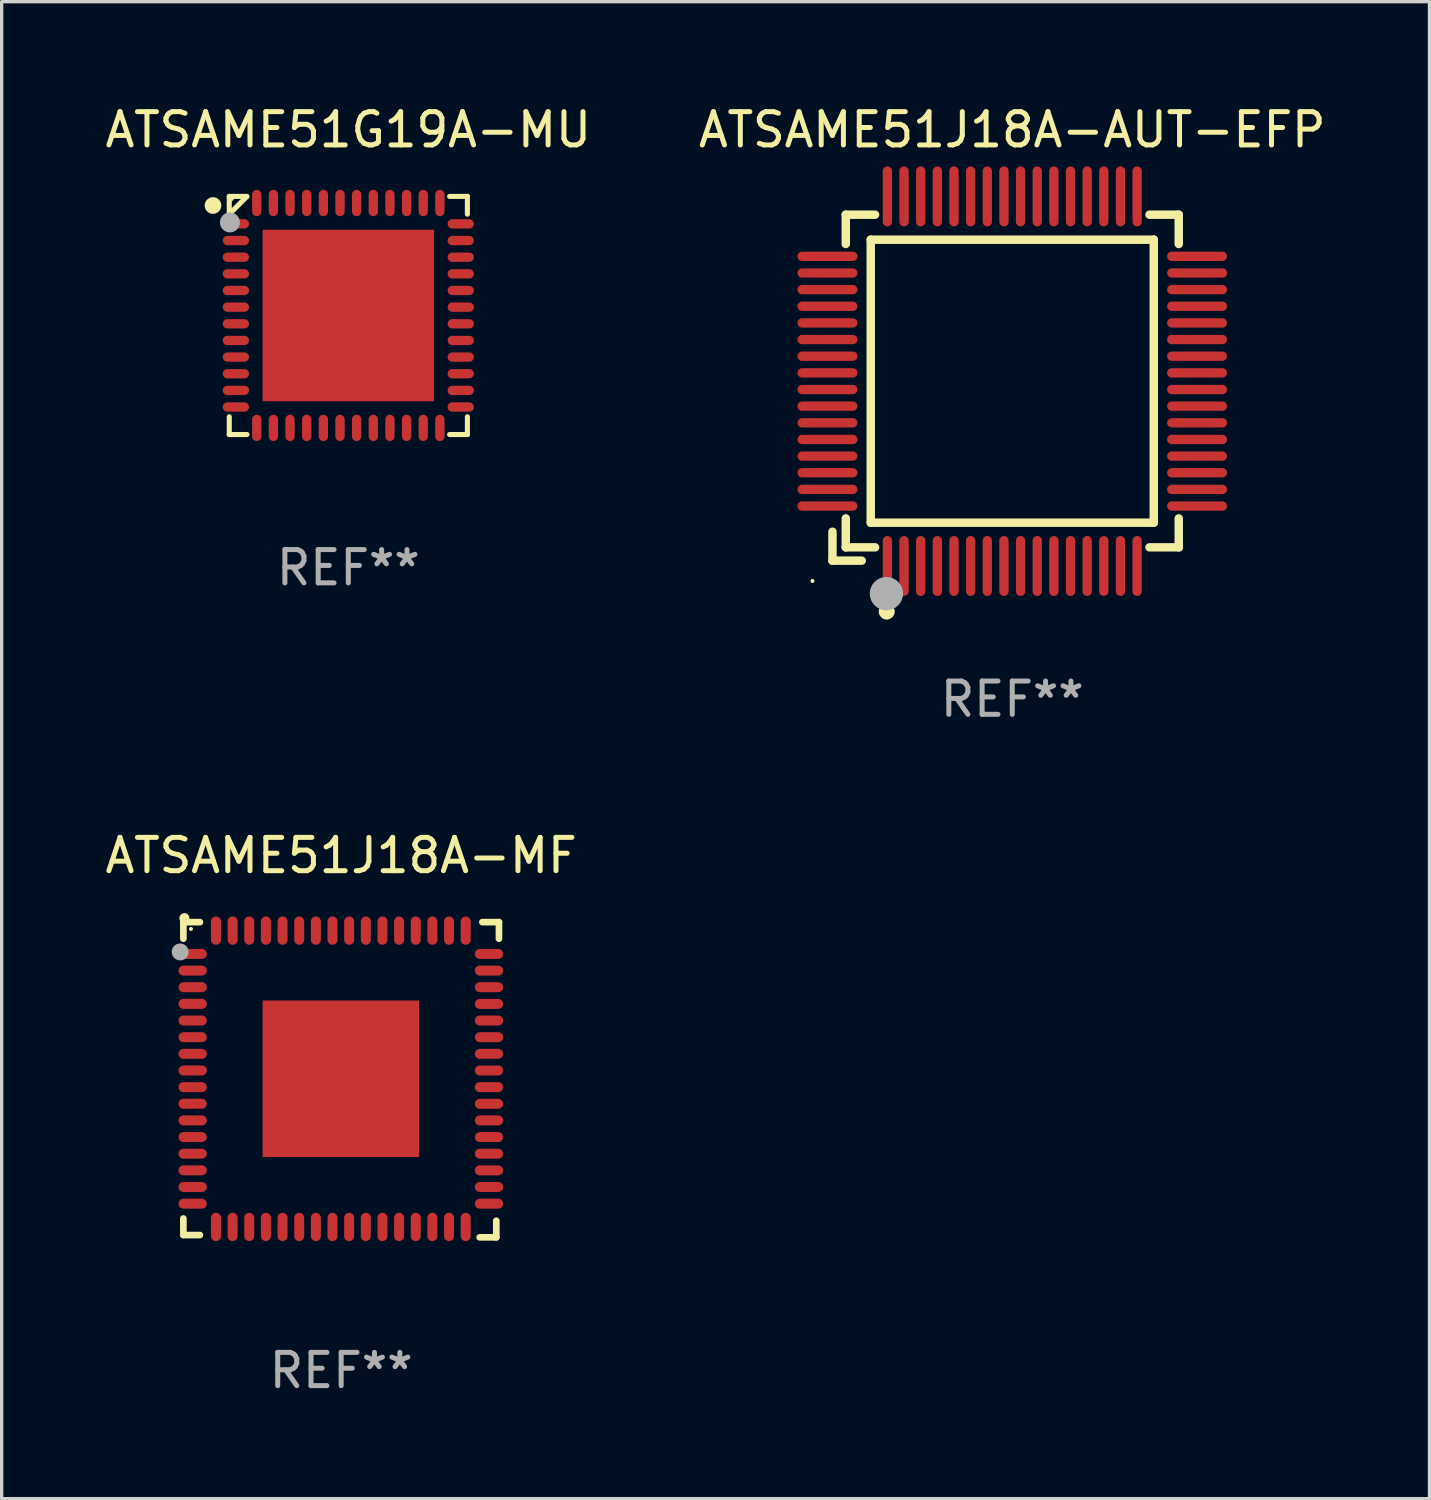
<source format=kicad_pcb>
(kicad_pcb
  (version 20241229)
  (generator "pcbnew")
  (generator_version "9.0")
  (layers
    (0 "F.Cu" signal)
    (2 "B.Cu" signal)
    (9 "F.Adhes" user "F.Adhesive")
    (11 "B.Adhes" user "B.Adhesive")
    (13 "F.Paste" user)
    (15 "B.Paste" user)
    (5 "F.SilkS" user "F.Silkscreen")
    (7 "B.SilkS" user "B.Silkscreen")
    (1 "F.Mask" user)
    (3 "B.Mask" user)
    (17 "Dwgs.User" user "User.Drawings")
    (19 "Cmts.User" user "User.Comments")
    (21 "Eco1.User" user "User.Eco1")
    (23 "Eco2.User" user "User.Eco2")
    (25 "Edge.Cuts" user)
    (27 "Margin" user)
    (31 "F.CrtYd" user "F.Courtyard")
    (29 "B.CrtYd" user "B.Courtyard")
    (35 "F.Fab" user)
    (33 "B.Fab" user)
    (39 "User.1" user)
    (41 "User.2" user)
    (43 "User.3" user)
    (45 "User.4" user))
  (footprint "ATSAME51J18A-MF"
    (layer "F.Cu")
    (at 7.196 29.377)
    (property "Reference" "ATSAME51J18A-MF" (at 0 -6.733 0) (layer "F.SilkS") (effects (font (size 1 1) (thickness 0.15))))
    (attr through_hole)
    (fp_line (start -4.739 -4.733) (end -4.241 -4.733) (stroke (width 0.2) (type solid)) (layer "F.SilkS"))
    (fp_line (start -4.739 -4.235) (end -4.739 -4.733) (stroke (width 0.2) (type solid)) (layer "F.SilkS"))
    (fp_line (start -4.739 4.168) (end -4.739 4.665) (stroke (width 0.2) (type solid)) (layer "F.SilkS"))
    (fp_line (start -4.739 4.665) (end -4.241 4.665) (stroke (width 0.2) (type solid)) (layer "F.SilkS"))
    (fp_line (start 4.161 4.733) (end 4.659 4.733) (stroke (width 0.2) (type solid)) (layer "F.SilkS"))
    (fp_line (start 4.241 -4.733) (end 4.739 -4.733) (stroke (width 0.2) (type solid)) (layer "F.SilkS"))
    (fp_line (start 4.659 4.733) (end 4.659 4.235) (stroke (width 0.2) (type solid)) (layer "F.SilkS"))
    (fp_line (start 4.739 -4.733) (end 4.739 -4.235) (stroke (width 0.2) (type solid)) (layer "F.SilkS"))
    (fp_arc (start -4.708623 -4.85108) (mid -4.708628 -4.85235) (end -4.708623 -4.85362) (stroke (width 0.3) (type solid)) (layer "F.SilkS"))
    (fp_circle (center -4.51 -4.528) (end -4.48 -4.528) (stroke (width 0.06) (type solid)) (fill no) (layer "F.SilkS"))
    (fp_circle (center -4.835 -3.838) (end -4.708 -3.838) (stroke (width 0.254) (type solid)) (fill no) (layer "F.Fab"))
    (fp_text user "REF**" (at 0 8.733 0) (layer "F.Fab") (effects (font (size 1 1) (thickness 0.15))))
    (pad "1" smd oval (at -4.46 -3.778) (size 0.85 0.3) (layers "F.Cu" "F.Mask" "F.Paste"))
    (pad "2" smd oval (at -4.46 -3.278) (size 0.85 0.3) (layers "F.Cu" "F.Mask" "F.Paste"))
    (pad "3" smd oval (at -4.46 -2.778) (size 0.85 0.3) (layers "F.Cu" "F.Mask" "F.Paste"))
    (pad "4" smd oval (at -4.46 -2.278) (size 0.85 0.3) (layers "F.Cu" "F.Mask" "F.Paste"))
    (pad "5" smd oval (at -4.46 -1.778) (size 0.85 0.3) (layers "F.Cu" "F.Mask" "F.Paste"))
    (pad "6" smd oval (at -4.46 -1.278) (size 0.85 0.3) (layers "F.Cu" "F.Mask" "F.Paste"))
    (pad "7" smd oval (at -4.46 -0.778) (size 0.85 0.3) (layers "F.Cu" "F.Mask" "F.Paste"))
    (pad "8" smd oval (at -4.46 -0.278) (size 0.85 0.3) (layers "F.Cu" "F.Mask" "F.Paste"))
    (pad "9" smd oval (at -4.46 0.222) (size 0.85 0.3) (layers "F.Cu" "F.Mask" "F.Paste"))
    (pad "10" smd oval (at -4.46 0.722) (size 0.85 0.3) (layers "F.Cu" "F.Mask" "F.Paste"))
    (pad "11" smd oval (at -4.46 1.222) (size 0.85 0.3) (layers "F.Cu" "F.Mask" "F.Paste"))
    (pad "12" smd oval (at -4.46 1.722) (size 0.85 0.3) (layers "F.Cu" "F.Mask" "F.Paste"))
    (pad "13" smd oval (at -4.46 2.222) (size 0.85 0.3) (layers "F.Cu" "F.Mask" "F.Paste"))
    (pad "14" smd oval (at -4.46 2.722) (size 0.85 0.3) (layers "F.Cu" "F.Mask" "F.Paste"))
    (pad "15" smd oval (at -4.46 3.222) (size 0.85 0.3) (layers "F.Cu" "F.Mask" "F.Paste"))
    (pad "16" smd oval (at -4.46 3.722) (size 0.85 0.3) (layers "F.Cu" "F.Mask" "F.Paste"))
    (pad "17" smd oval (at -3.76 4.422) (size 0.3 0.85) (layers "F.Cu" "F.Mask" "F.Paste"))
    (pad "18" smd oval (at -3.26 4.422) (size 0.3 0.85) (layers "F.Cu" "F.Mask" "F.Paste"))
    (pad "19" smd oval (at -2.76 4.422) (size 0.3 0.85) (layers "F.Cu" "F.Mask" "F.Paste"))
    (pad "20" smd oval (at -2.26 4.422) (size 0.3 0.85) (layers "F.Cu" "F.Mask" "F.Paste"))
    (pad "21" smd oval (at -1.76 4.422) (size 0.3 0.85) (layers "F.Cu" "F.Mask" "F.Paste"))
    (pad "22" smd oval (at -1.26 4.422) (size 0.3 0.85) (layers "F.Cu" "F.Mask" "F.Paste"))
    (pad "23" smd oval (at -0.76 4.422) (size 0.3 0.85) (layers "F.Cu" "F.Mask" "F.Paste"))
    (pad "24" smd oval (at -0.26 4.422) (size 0.3 0.85) (layers "F.Cu" "F.Mask" "F.Paste"))
    (pad "25" smd oval (at 0.24 4.422) (size 0.3 0.85) (layers "F.Cu" "F.Mask" "F.Paste"))
    (pad "26" smd oval (at 0.74 4.422) (size 0.3 0.85) (layers "F.Cu" "F.Mask" "F.Paste"))
    (pad "27" smd oval (at 1.24 4.422) (size 0.3 0.85) (layers "F.Cu" "F.Mask" "F.Paste"))
    (pad "28" smd oval (at 1.74 4.422) (size 0.3 0.85) (layers "F.Cu" "F.Mask" "F.Paste"))
    (pad "29" smd oval (at 2.24 4.422) (size 0.3 0.85) (layers "F.Cu" "F.Mask" "F.Paste"))
    (pad "30" smd oval (at 2.74 4.422) (size 0.3 0.85) (layers "F.Cu" "F.Mask" "F.Paste"))
    (pad "31" smd oval (at 3.24 4.422) (size 0.3 0.85) (layers "F.Cu" "F.Mask" "F.Paste"))
    (pad "32" smd oval (at 3.74 4.422) (size 0.3 0.85) (layers "F.Cu" "F.Mask" "F.Paste"))
    (pad "33" smd oval (at 4.44 3.723) (size 0.85 0.3) (layers "F.Cu" "F.Mask" "F.Paste"))
    (pad "34" smd oval (at 4.44 3.222) (size 0.85 0.3) (layers "F.Cu" "F.Mask" "F.Paste"))
    (pad "35" smd oval (at 4.44 2.723) (size 0.85 0.3) (layers "F.Cu" "F.Mask" "F.Paste"))
    (pad "36" smd oval (at 4.44 2.222) (size 0.85 0.3) (layers "F.Cu" "F.Mask" "F.Paste"))
    (pad "37" smd oval (at 4.44 1.723) (size 0.85 0.3) (layers "F.Cu" "F.Mask" "F.Paste"))
    (pad "38" smd oval (at 4.44 1.222) (size 0.85 0.3) (layers "F.Cu" "F.Mask" "F.Paste"))
    (pad "39" smd oval (at 4.44 0.723) (size 0.85 0.3) (layers "F.Cu" "F.Mask" "F.Paste"))
    (pad "40" smd oval (at 4.44 0.222) (size 0.85 0.3) (layers "F.Cu" "F.Mask" "F.Paste"))
    (pad "41" smd oval (at 4.44 -0.277) (size 0.85 0.3) (layers "F.Cu" "F.Mask" "F.Paste"))
    (pad "42" smd oval (at 4.44 -0.778) (size 0.85 0.3) (layers "F.Cu" "F.Mask" "F.Paste"))
    (pad "43" smd oval (at 4.44 -1.277) (size 0.85 0.3) (layers "F.Cu" "F.Mask" "F.Paste"))
    (pad "44" smd oval (at 4.44 -1.778) (size 0.85 0.3) (layers "F.Cu" "F.Mask" "F.Paste"))
    (pad "45" smd oval (at 4.44 -2.277) (size 0.85 0.3) (layers "F.Cu" "F.Mask" "F.Paste"))
    (pad "46" smd oval (at 4.44 -2.778) (size 0.85 0.3) (layers "F.Cu" "F.Mask" "F.Paste"))
    (pad "47" smd oval (at 4.44 -3.277) (size 0.85 0.3) (layers "F.Cu" "F.Mask" "F.Paste"))
    (pad "48" smd oval (at 4.44 -3.778) (size 0.85 0.3) (layers "F.Cu" "F.Mask" "F.Paste"))
    (pad "49" smd oval (at 3.74 -4.478) (size 0.3 0.85) (layers "F.Cu" "F.Mask" "F.Paste"))
    (pad "50" smd oval (at 3.24 -4.478) (size 0.3 0.85) (layers "F.Cu" "F.Mask" "F.Paste"))
    (pad "51" smd oval (at 2.74 -4.478) (size 0.3 0.85) (layers "F.Cu" "F.Mask" "F.Paste"))
    (pad "52" smd oval (at 2.24 -4.478) (size 0.3 0.85) (layers "F.Cu" "F.Mask" "F.Paste"))
    (pad "53" smd oval (at 1.74 -4.478) (size 0.3 0.85) (layers "F.Cu" "F.Mask" "F.Paste"))
    (pad "54" smd oval (at 1.24 -4.478) (size 0.3 0.85) (layers "F.Cu" "F.Mask" "F.Paste"))
    (pad "55" smd oval (at 0.74 -4.478) (size 0.3 0.85) (layers "F.Cu" "F.Mask" "F.Paste"))
    (pad "56" smd oval (at 0.24 -4.478) (size 0.3 0.85) (layers "F.Cu" "F.Mask" "F.Paste"))
    (pad "57" smd oval (at -0.26 -4.478) (size 0.3 0.85) (layers "F.Cu" "F.Mask" "F.Paste"))
    (pad "58" smd oval (at -0.76 -4.478) (size 0.3 0.85) (layers "F.Cu" "F.Mask" "F.Paste"))
    (pad "59" smd oval (at -1.26 -4.478) (size 0.3 0.85) (layers "F.Cu" "F.Mask" "F.Paste"))
    (pad "60" smd oval (at -1.76 -4.478) (size 0.3 0.85) (layers "F.Cu" "F.Mask" "F.Paste"))
    (pad "61" smd oval (at -2.26 -4.478) (size 0.3 0.85) (layers "F.Cu" "F.Mask" "F.Paste"))
    (pad "62" smd oval (at -2.76 -4.478) (size 0.3 0.85) (layers "F.Cu" "F.Mask" "F.Paste"))
    (pad "63" smd oval (at -3.26 -4.478) (size 0.3 0.85) (layers "F.Cu" "F.Mask" "F.Paste"))
    (pad "64" smd oval (at -3.76 -4.478) (size 0.3 0.85) (layers "F.Cu" "F.Mask" "F.Paste"))
    (pad "65" smd rect (at -0.009 -0.028 90) (size 4.7 4.7) (layers "F.Cu" "F.Mask" "F.Paste")))
  (footprint "ATSAME51G19A-MU"
    (layer "F.Cu")
    (at 7.411 6.424)
    (property "Reference" "ATSAME51G19A-MU" (at 0 -5.576 0) (layer "F.SilkS") (effects (font (size 1 1) (thickness 0.15))))
    (attr through_hole)
    (fp_line (start -3.576 -3.576) (end -3.042 -3.576) (stroke (width 0.152) (type solid)) (layer "F.SilkS"))
    (fp_line (start -3.576 -3.042) (end -3.576 -3.576) (stroke (width 0.152) (type solid)) (layer "F.SilkS"))
    (fp_line (start -3.576 3.042) (end -3.576 3.576) (stroke (width 0.152) (type solid)) (layer "F.SilkS"))
    (fp_line (start -3.576 3.576) (end -3.042 3.576) (stroke (width 0.152) (type solid)) (layer "F.SilkS"))
    (fp_line (start -3.069 -3.549) (end -3.549 -3.069) (stroke (width 0.152) (type solid)) (layer "F.SilkS"))
    (fp_line (start 3.576 -3.576) (end 3.042 -3.576) (stroke (width 0.152) (type solid)) (layer "F.SilkS"))
    (fp_line (start 3.576 -3.042) (end 3.576 -3.576) (stroke (width 0.152) (type solid)) (layer "F.SilkS"))
    (fp_line (start 3.576 3.042) (end 3.576 3.576) (stroke (width 0.152) (type solid)) (layer "F.SilkS"))
    (fp_line (start 3.576 3.576) (end 3.042 3.576) (stroke (width 0.152) (type solid)) (layer "F.SilkS"))
    (fp_circle (center -4.064 -3.302) (end -3.939 -3.302) (stroke (width 0.25) (type solid)) (fill no) (layer "F.SilkS"))
    (fp_circle (center -3.5 -3.5) (end -3.47 -3.5) (stroke (width 0.06) (type solid)) (fill no) (layer "F.SilkS"))
    (fp_circle (center -3.556 -2.794) (end -3.406 -2.794) (stroke (width 0.3) (type solid)) (fill no) (layer "F.Fab"))
    (fp_text user "REF**" (at 0 7.576 0) (layer "F.Fab") (effects (font (size 1 1) (thickness 0.15))))
    (pad "1" smd oval (at -3.377 -2.75) (size 0.79 0.28) (layers "F.Cu" "F.Mask" "F.Paste"))
    (pad "2" smd oval (at -3.377 -2.25) (size 0.79 0.28) (layers "F.Cu" "F.Mask" "F.Paste"))
    (pad "3" smd oval (at -3.377 -1.75) (size 0.79 0.28) (layers "F.Cu" "F.Mask" "F.Paste"))
    (pad "4" smd oval (at -3.377 -1.25) (size 0.79 0.28) (layers "F.Cu" "F.Mask" "F.Paste"))
    (pad "5" smd oval (at -3.377 -0.75) (size 0.79 0.28) (layers "F.Cu" "F.Mask" "F.Paste"))
    (pad "6" smd oval (at -3.377 -0.25) (size 0.79 0.28) (layers "F.Cu" "F.Mask" "F.Paste"))
    (pad "7" smd oval (at -3.377 0.25) (size 0.79 0.28) (layers "F.Cu" "F.Mask" "F.Paste"))
    (pad "8" smd oval (at -3.377 0.75) (size 0.79 0.28) (layers "F.Cu" "F.Mask" "F.Paste"))
    (pad "9" smd oval (at -3.377 1.25) (size 0.79 0.28) (layers "F.Cu" "F.Mask" "F.Paste"))
    (pad "10" smd oval (at -3.377 1.75) (size 0.79 0.28) (layers "F.Cu" "F.Mask" "F.Paste"))
    (pad "11" smd oval (at -3.377 2.25) (size 0.79 0.28) (layers "F.Cu" "F.Mask" "F.Paste"))
    (pad "12" smd oval (at -3.377 2.75) (size 0.79 0.28) (layers "F.Cu" "F.Mask" "F.Paste"))
    (pad "13" smd oval (at -2.75 3.377) (size 0.28 0.79) (layers "F.Cu" "F.Mask" "F.Paste"))
    (pad "14" smd oval (at -2.25 3.377) (size 0.28 0.79) (layers "F.Cu" "F.Mask" "F.Paste"))
    (pad "15" smd oval (at -1.75 3.377) (size 0.28 0.79) (layers "F.Cu" "F.Mask" "F.Paste"))
    (pad "16" smd oval (at -1.25 3.377) (size 0.28 0.79) (layers "F.Cu" "F.Mask" "F.Paste"))
    (pad "17" smd oval (at -0.75 3.377) (size 0.28 0.79) (layers "F.Cu" "F.Mask" "F.Paste"))
    (pad "18" smd oval (at -0.25 3.377) (size 0.28 0.79) (layers "F.Cu" "F.Mask" "F.Paste"))
    (pad "19" smd oval (at 0.25 3.377) (size 0.28 0.79) (layers "F.Cu" "F.Mask" "F.Paste"))
    (pad "20" smd oval (at 0.75 3.377) (size 0.28 0.79) (layers "F.Cu" "F.Mask" "F.Paste"))
    (pad "21" smd oval (at 1.25 3.377) (size 0.28 0.79) (layers "F.Cu" "F.Mask" "F.Paste"))
    (pad "22" smd oval (at 1.75 3.377) (size 0.28 0.79) (layers "F.Cu" "F.Mask" "F.Paste"))
    (pad "23" smd oval (at 2.25 3.377) (size 0.28 0.79) (layers "F.Cu" "F.Mask" "F.Paste"))
    (pad "24" smd oval (at 2.75 3.377) (size 0.28 0.79) (layers "F.Cu" "F.Mask" "F.Paste"))
    (pad "25" smd oval (at 3.377 2.75) (size 0.79 0.28) (layers "F.Cu" "F.Mask" "F.Paste"))
    (pad "26" smd oval (at 3.377 2.25) (size 0.79 0.28) (layers "F.Cu" "F.Mask" "F.Paste"))
    (pad "27" smd oval (at 3.377 1.75) (size 0.79 0.28) (layers "F.Cu" "F.Mask" "F.Paste"))
    (pad "28" smd oval (at 3.377 1.25) (size 0.79 0.28) (layers "F.Cu" "F.Mask" "F.Paste"))
    (pad "29" smd oval (at 3.377 0.75) (size 0.79 0.28) (layers "F.Cu" "F.Mask" "F.Paste"))
    (pad "30" smd oval (at 3.377 0.25) (size 0.79 0.28) (layers "F.Cu" "F.Mask" "F.Paste"))
    (pad "31" smd oval (at 3.377 -0.25) (size 0.79 0.28) (layers "F.Cu" "F.Mask" "F.Paste"))
    (pad "32" smd oval (at 3.377 -0.75) (size 0.79 0.28) (layers "F.Cu" "F.Mask" "F.Paste"))
    (pad "33" smd oval (at 3.377 -1.25) (size 0.79 0.28) (layers "F.Cu" "F.Mask" "F.Paste"))
    (pad "34" smd oval (at 3.377 -1.75) (size 0.79 0.28) (layers "F.Cu" "F.Mask" "F.Paste"))
    (pad "35" smd oval (at 3.377 -2.25) (size 0.79 0.28) (layers "F.Cu" "F.Mask" "F.Paste"))
    (pad "36" smd oval (at 3.377 -2.75) (size 0.79 0.28) (layers "F.Cu" "F.Mask" "F.Paste"))
    (pad "37" smd oval (at 2.75 -3.377) (size 0.28 0.79) (layers "F.Cu" "F.Mask" "F.Paste"))
    (pad "38" smd oval (at 2.25 -3.377) (size 0.28 0.79) (layers "F.Cu" "F.Mask" "F.Paste"))
    (pad "39" smd oval (at 1.75 -3.377) (size 0.28 0.79) (layers "F.Cu" "F.Mask" "F.Paste"))
    (pad "40" smd oval (at 1.25 -3.377) (size 0.28 0.79) (layers "F.Cu" "F.Mask" "F.Paste"))
    (pad "41" smd oval (at 0.75 -3.377) (size 0.28 0.79) (layers "F.Cu" "F.Mask" "F.Paste"))
    (pad "42" smd oval (at 0.25 -3.377) (size 0.28 0.79) (layers "F.Cu" "F.Mask" "F.Paste"))
    (pad "43" smd oval (at -0.25 -3.377) (size 0.28 0.79) (layers "F.Cu" "F.Mask" "F.Paste"))
    (pad "44" smd oval (at -0.75 -3.377) (size 0.28 0.79) (layers "F.Cu" "F.Mask" "F.Paste"))
    (pad "45" smd oval (at -1.25 -3.377) (size 0.28 0.79) (layers "F.Cu" "F.Mask" "F.Paste"))
    (pad "46" smd oval (at -1.75 -3.377) (size 0.28 0.79) (layers "F.Cu" "F.Mask" "F.Paste"))
    (pad "47" smd oval (at -2.25 -3.377) (size 0.28 0.79) (layers "F.Cu" "F.Mask" "F.Paste"))
    (pad "48" smd oval (at -2.75 -3.377) (size 0.28 0.79) (layers "F.Cu" "F.Mask" "F.Paste"))
    (pad "49" smd rect (at 0 0) (size 5.15 5.15) (layers "F.Cu" "F.Mask" "F.Paste")))
  (footprint "ATSAME51J18A-AUT-EFP"
    (layer "F.Cu")
    (at 27.351 8.398)
    (property "Reference" "ATSAME51J18A-AUT-EFP" (at 0 -7.55 0) (layer "F.SilkS") (effects (font (size 1 1) (thickness 0.15))))
    (attr through_hole)
    (fp_line (start -5.4 4.521) (end -5.4 5.39) (stroke (width 0.254) (type solid)) (layer "F.SilkS"))
    (fp_line (start -5.4 5.39) (end -4.521 5.39) (stroke (width 0.254) (type solid)) (layer "F.SilkS"))
    (fp_line (start -5 -5) (end -5 -4.121) (stroke (width 0.254) (type solid)) (layer "F.SilkS"))
    (fp_line (start -5 4.121) (end -5 4.99) (stroke (width 0.254) (type solid)) (layer "F.SilkS"))
    (fp_line (start -5 4.99) (end -4.121 4.99) (stroke (width 0.254) (type solid)) (layer "F.SilkS"))
    (fp_line (start -4.25 -4.25) (end -4.25 4.25) (stroke (width 0.254) (type solid)) (layer "F.SilkS"))
    (fp_line (start -4.25 4.25) (end 4.25 4.25) (stroke (width 0.254) (type solid)) (layer "F.SilkS"))
    (fp_line (start -4.121 -5) (end -5 -5) (stroke (width 0.254) (type solid)) (layer "F.SilkS"))
    (fp_line (start 4.121 4.99) (end 5 4.99) (stroke (width 0.254) (type solid)) (layer "F.SilkS"))
    (fp_line (start 4.25 -4.25) (end -4.25 -4.25) (stroke (width 0.254) (type solid)) (layer "F.SilkS"))
    (fp_line (start 4.25 4.25) (end 4.25 -4.25) (stroke (width 0.254) (type solid)) (layer "F.SilkS"))
    (fp_line (start 5 -5) (end 4.121 -5) (stroke (width 0.254) (type solid)) (layer "F.SilkS"))
    (fp_line (start 5 -4.121) (end 5 -5) (stroke (width 0.254) (type solid)) (layer "F.SilkS"))
    (fp_line (start 5 4.99) (end 5 4.121) (stroke (width 0.254) (type solid)) (layer "F.SilkS"))
    (fp_circle (center -6 6) (end -5.97 6) (stroke (width 0.06) (type solid)) (fill no) (layer "F.SilkS"))
    (fp_circle (center -3.77 6.92) (end -3.65 6.92) (stroke (width 0.24) (type solid)) (fill no) (layer "F.SilkS"))
    (fp_circle (center -3.78 6.38) (end -3.53 6.38) (stroke (width 0.5) (type solid)) (fill no) (layer "F.Fab"))
    (fp_text user "REF**" (at 0 9.55 0) (layer "F.Fab") (effects (font (size 1 1) (thickness 0.15))))
    (pad "1" smd oval (at -3.75 5.55) (size 0.28 1.8) (layers "F.Cu" "F.Mask" "F.Paste"))
    (pad "2" smd oval (at -3.25 5.55) (size 0.28 1.8) (layers "F.Cu" "F.Mask" "F.Paste"))
    (pad "3" smd oval (at -2.75 5.55) (size 0.28 1.8) (layers "F.Cu" "F.Mask" "F.Paste"))
    (pad "4" smd oval (at -2.25 5.55) (size 0.28 1.8) (layers "F.Cu" "F.Mask" "F.Paste"))
    (pad "5" smd oval (at -1.75 5.55) (size 0.28 1.8) (layers "F.Cu" "F.Mask" "F.Paste"))
    (pad "6" smd oval (at -1.25 5.55) (size 0.28 1.8) (layers "F.Cu" "F.Mask" "F.Paste"))
    (pad "7" smd oval (at -0.75 5.55) (size 0.28 1.8) (layers "F.Cu" "F.Mask" "F.Paste"))
    (pad "8" smd oval (at -0.25 5.55) (size 0.28 1.8) (layers "F.Cu" "F.Mask" "F.Paste"))
    (pad "9" smd oval (at 0.25 5.55) (size 0.28 1.8) (layers "F.Cu" "F.Mask" "F.Paste"))
    (pad "10" smd oval (at 0.75 5.55) (size 0.28 1.8) (layers "F.Cu" "F.Mask" "F.Paste"))
    (pad "11" smd oval (at 1.25 5.55) (size 0.28 1.8) (layers "F.Cu" "F.Mask" "F.Paste"))
    (pad "12" smd oval (at 1.75 5.55) (size 0.28 1.8) (layers "F.Cu" "F.Mask" "F.Paste"))
    (pad "13" smd oval (at 2.25 5.55) (size 0.28 1.8) (layers "F.Cu" "F.Mask" "F.Paste"))
    (pad "14" smd oval (at 2.75 5.55) (size 0.28 1.8) (layers "F.Cu" "F.Mask" "F.Paste"))
    (pad "15" smd oval (at 3.25 5.55) (size 0.28 1.8) (layers "F.Cu" "F.Mask" "F.Paste"))
    (pad "16" smd oval (at 3.75 5.55) (size 0.28 1.8) (layers "F.Cu" "F.Mask" "F.Paste"))
    (pad "17" smd oval (at 5.55 3.75) (size 1.8 0.28) (layers "F.Cu" "F.Mask" "F.Paste"))
    (pad "18" smd oval (at 5.55 3.25) (size 1.8 0.28) (layers "F.Cu" "F.Mask" "F.Paste"))
    (pad "19" smd oval (at 5.55 2.75) (size 1.8 0.28) (layers "F.Cu" "F.Mask" "F.Paste"))
    (pad "20" smd oval (at 5.55 2.25) (size 1.8 0.28) (layers "F.Cu" "F.Mask" "F.Paste"))
    (pad "21" smd oval (at 5.55 1.75) (size 1.8 0.28) (layers "F.Cu" "F.Mask" "F.Paste"))
    (pad "22" smd oval (at 5.55 1.25) (size 1.8 0.28) (layers "F.Cu" "F.Mask" "F.Paste"))
    (pad "23" smd oval (at 5.55 0.75) (size 1.8 0.28) (layers "F.Cu" "F.Mask" "F.Paste"))
    (pad "24" smd oval (at 5.55 0.25) (size 1.8 0.28) (layers "F.Cu" "F.Mask" "F.Paste"))
    (pad "25" smd oval (at 5.55 -0.25) (size 1.8 0.28) (layers "F.Cu" "F.Mask" "F.Paste"))
    (pad "26" smd oval (at 5.55 -0.75) (size 1.8 0.28) (layers "F.Cu" "F.Mask" "F.Paste"))
    (pad "27" smd oval (at 5.55 -1.25) (size 1.8 0.28) (layers "F.Cu" "F.Mask" "F.Paste"))
    (pad "28" smd oval (at 5.55 -1.75) (size 1.8 0.28) (layers "F.Cu" "F.Mask" "F.Paste"))
    (pad "29" smd oval (at 5.55 -2.25) (size 1.8 0.28) (layers "F.Cu" "F.Mask" "F.Paste"))
    (pad "30" smd oval (at 5.55 -2.75) (size 1.8 0.28) (layers "F.Cu" "F.Mask" "F.Paste"))
    (pad "31" smd oval (at 5.55 -3.25) (size 1.8 0.28) (layers "F.Cu" "F.Mask" "F.Paste"))
    (pad "32" smd oval (at 5.55 -3.75) (size 1.8 0.28) (layers "F.Cu" "F.Mask" "F.Paste"))
    (pad "33" smd oval (at 3.75 -5.55) (size 0.28 1.8) (layers "F.Cu" "F.Mask" "F.Paste"))
    (pad "34" smd oval (at 3.25 -5.55) (size 0.28 1.8) (layers "F.Cu" "F.Mask" "F.Paste"))
    (pad "35" smd oval (at 2.75 -5.55) (size 0.28 1.8) (layers "F.Cu" "F.Mask" "F.Paste"))
    (pad "36" smd oval (at 2.25 -5.55) (size 0.28 1.8) (layers "F.Cu" "F.Mask" "F.Paste"))
    (pad "37" smd oval (at 1.75 -5.55) (size 0.28 1.8) (layers "F.Cu" "F.Mask" "F.Paste"))
    (pad "38" smd oval (at 1.25 -5.55) (size 0.28 1.8) (layers "F.Cu" "F.Mask" "F.Paste"))
    (pad "39" smd oval (at 0.75 -5.55) (size 0.28 1.8) (layers "F.Cu" "F.Mask" "F.Paste"))
    (pad "40" smd oval (at 0.25 -5.55) (size 0.28 1.8) (layers "F.Cu" "F.Mask" "F.Paste"))
    (pad "41" smd oval (at -0.25 -5.55) (size 0.28 1.8) (layers "F.Cu" "F.Mask" "F.Paste"))
    (pad "42" smd oval (at -0.75 -5.55) (size 0.28 1.8) (layers "F.Cu" "F.Mask" "F.Paste"))
    (pad "43" smd oval (at -1.25 -5.55) (size 0.28 1.8) (layers "F.Cu" "F.Mask" "F.Paste"))
    (pad "44" smd oval (at -1.75 -5.55) (size 0.28 1.8) (layers "F.Cu" "F.Mask" "F.Paste"))
    (pad "45" smd oval (at -2.25 -5.55) (size 0.28 1.8) (layers "F.Cu" "F.Mask" "F.Paste"))
    (pad "46" smd oval (at -2.75 -5.55) (size 0.28 1.8) (layers "F.Cu" "F.Mask" "F.Paste"))
    (pad "47" smd oval (at -3.25 -5.55) (size 0.28 1.8) (layers "F.Cu" "F.Mask" "F.Paste"))
    (pad "48" smd oval (at -3.75 -5.55) (size 0.28 1.8) (layers "F.Cu" "F.Mask" "F.Paste"))
    (pad "49" smd oval (at -5.55 -3.75) (size 1.8 0.28) (layers "F.Cu" "F.Mask" "F.Paste"))
    (pad "50" smd oval (at -5.55 -3.25) (size 1.8 0.28) (layers "F.Cu" "F.Mask" "F.Paste"))
    (pad "51" smd oval (at -5.55 -2.75) (size 1.8 0.28) (layers "F.Cu" "F.Mask" "F.Paste"))
    (pad "52" smd oval (at -5.55 -2.25) (size 1.8 0.28) (layers "F.Cu" "F.Mask" "F.Paste"))
    (pad "53" smd oval (at -5.55 -1.75) (size 1.8 0.28) (layers "F.Cu" "F.Mask" "F.Paste"))
    (pad "54" smd oval (at -5.55 -1.25) (size 1.8 0.28) (layers "F.Cu" "F.Mask" "F.Paste"))
    (pad "55" smd oval (at -5.55 -0.75) (size 1.8 0.28) (layers "F.Cu" "F.Mask" "F.Paste"))
    (pad "56" smd oval (at -5.55 -0.25) (size 1.8 0.28) (layers "F.Cu" "F.Mask" "F.Paste"))
    (pad "57" smd oval (at -5.55 0.25) (size 1.8 0.28) (layers "F.Cu" "F.Mask" "F.Paste"))
    (pad "58" smd oval (at -5.55 0.75) (size 1.8 0.28) (layers "F.Cu" "F.Mask" "F.Paste"))
    (pad "59" smd oval (at -5.55 1.25) (size 1.8 0.28) (layers "F.Cu" "F.Mask" "F.Paste"))
    (pad "60" smd oval (at -5.55 1.75) (size 1.8 0.28) (layers "F.Cu" "F.Mask" "F.Paste"))
    (pad "61" smd oval (at -5.55 2.25) (size 1.8 0.28) (layers "F.Cu" "F.Mask" "F.Paste"))
    (pad "62" smd oval (at -5.55 2.75) (size 1.8 0.28) (layers "F.Cu" "F.Mask" "F.Paste"))
    (pad "63" smd oval (at -5.55 3.25) (size 1.8 0.28) (layers "F.Cu" "F.Mask" "F.Paste"))
    (pad "64" smd oval (at -5.55 3.75) (size 1.8 0.28) (layers "F.Cu" "F.Mask" "F.Paste")))
  (gr_rect
    (start -3 -3)
    (end 39.881 41.958)
    (stroke (width 0.1) (type default))
    (fill no)
    (layer "Edge.Cuts")))
</source>
